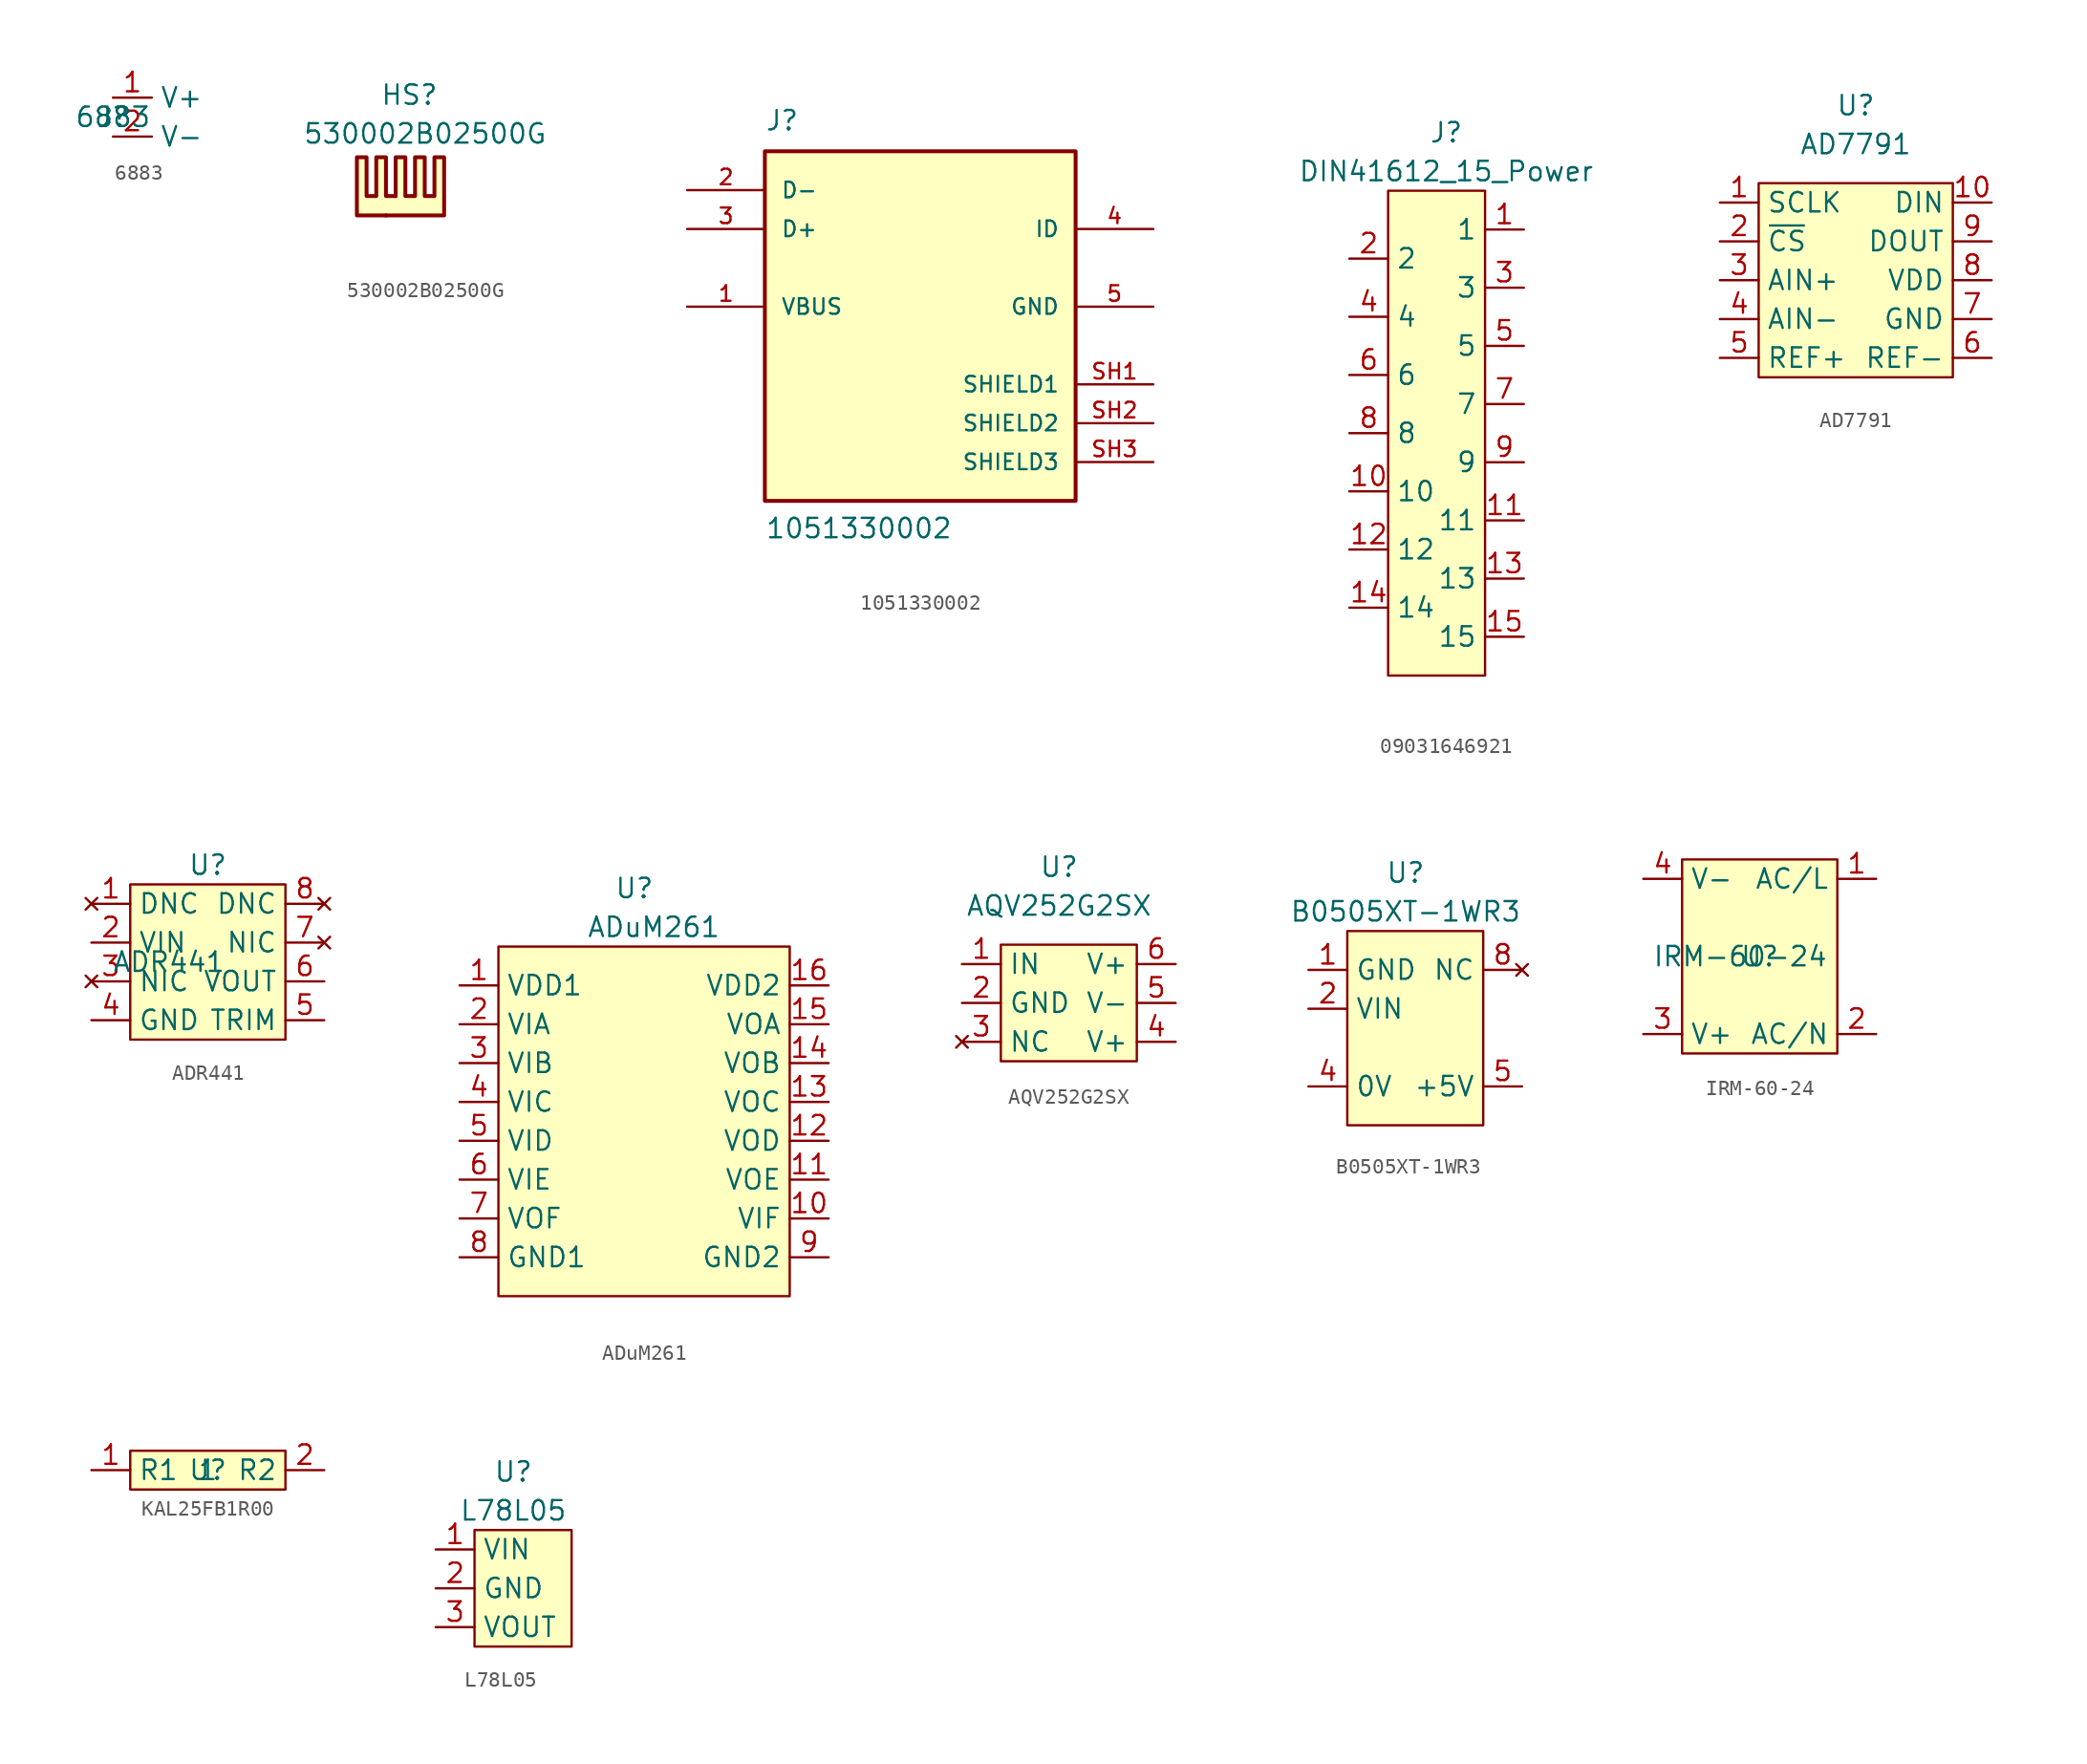
<source format=kicad_sym>
(kicad_symbol_lib
  (version 20220914)
  (generator kicad_symbol_editor)
  (symbol "6883"
    (property "Reference" "J"
      (at 0 0 0)
      (effects (font (size 1.27 1.27))))
    (property "Value" "6883"
      (at 0 0 0)
      (effects (font (size 1.27 1.27))))
    (symbol "6883_1_1"
      (pin power_out line (at 0 1.27 0) (length 2.54) (name "V+" (effects (font (size 1.27 1.27)))) (number "1" (effects (font (size 1.27 1.27)))))
      (pin power_out line (at 0 -1.27 0) (length 2.54) (name "V-" (effects (font (size 1.27 1.27)))) (number "2" (effects (font (size 1.27 1.27)))))))
  (symbol "530002B02500G"
    (property "Reference" "HS"
      (at -1.27 7.62 0)
      (effects (font (size 1.27 1.27)) (justify left top)))
    (property "Value" "530002B02500G"
      (at -6.35 5.08 0)
      (effects (font (size 1.27 1.27)) (justify left top)))
    (symbol "530002B02500G_0_1"
      (polyline (pts (xy -0.254 0.254) (xy -0.889 0.254) (xy -0.889 2.794) (xy -1.524 2.794) (xy -1.524 0.254) (xy -2.159 0.254) (xy -2.159 2.794) (xy -2.794 2.794) (xy -2.794 -1.016) (xy -0.889 -1.016)) (stroke (width 0.254) (type default)) (fill (type background)))
      (polyline (pts (xy -0.254 0.254) (xy -0.254 2.794) (xy 0.381 2.794) (xy 0.381 0.254) (xy 1.016 0.254) (xy 1.016 2.794) (xy 1.651 2.794) (xy 1.651 0.254) (xy 2.286 0.254) (xy 2.286 2.794) (xy 2.921 2.794) (xy 2.921 -1.016) (xy -0.889 -1.016)) (stroke (width 0.254) (type default)) (fill (type background))))
    (symbol "530002B02500G_1_1"
      (pin no_connect line (at -6.35 -3.81 0) (length 5.08) hide (name "1" (effects (font (size 1.27 1.27)))) (number "1" (effects (font (size 1.27 1.27)))))
      (pin no_connect line (at 7.62 -3.81 180) (length 5.08) hide (name "2" (effects (font (size 1.27 1.27)))) (number "2" (effects (font (size 1.27 1.27)))))))
  (symbol "1051330002"
    (pin_names
      (offset 1.016))
    (property "Reference" "J"
      (at -10.16 11.43 0)
      (effects (font (size 1.27 1.27)) (justify left bottom)))
    (property "Value" "1051330002"
      (at -10.16 -15.24 0)
      (effects (font (size 1.27 1.27)) (justify left bottom)))
    (symbol "1051330002_0_0"
      (rectangle (start -10.16 -12.7) (end 10.16 10.16) (stroke (width 0.254) (type default)) (fill (type background)))
      (pin power_in line (at -15.24 0 0) (length 5.08) (name "VBUS" (effects (font (size 1.016 1.016)))) (number "1" (effects (font (size 1.016 1.016)))))
      (pin bidirectional line (at -15.24 7.62 0) (length 5.08) (name "D-" (effects (font (size 1.016 1.016)))) (number "2" (effects (font (size 1.016 1.016)))))
      (pin bidirectional line (at -15.24 5.08 0) (length 5.08) (name "D+" (effects (font (size 1.016 1.016)))) (number "3" (effects (font (size 1.016 1.016)))))
      (pin bidirectional line (at 15.24 5.08 180) (length 5.08) (name "ID" (effects (font (size 1.016 1.016)))) (number "4" (effects (font (size 1.016 1.016)))))
      (pin power_in line (at 15.24 0 180) (length 5.08) (name "GND" (effects (font (size 1.016 1.016)))) (number "5" (effects (font (size 1.016 1.016)))))
      (pin passive line (at 15.24 -5.08 180) (length 5.08) (name "SHIELD1" (effects (font (size 1.016 1.016)))) (number "SH1" (effects (font (size 1.016 1.016)))))
      (pin passive line (at 15.24 -7.62 180) (length 5.08) (name "SHIELD2" (effects (font (size 1.016 1.016)))) (number "SH2" (effects (font (size 1.016 1.016)))))
      (pin passive line (at 15.24 -10.16 180) (length 5.08) (name "SHIELD3" (effects (font (size 1.016 1.016)))) (number "SH3" (effects (font (size 1.016 1.016)))))))
  (symbol "09031646921"
    (property "Reference" "J"
      (at 0 12.7 0)
      (effects (font (size 1.27 1.27))))
    (property "Value" "DIN41612_15_Power"
      (at 0 10.16 0)
      (effects (font (size 1.27 1.27))))
    (symbol "09031646921_1_1"
      (rectangle (start -3.81 8.89) (end 2.54 -22.86) (stroke (width 0) (type default)) (fill (type background)))
      (pin unspecified line (at 5.08 6.35 180) (length 2.54) (name "1" (effects (font (size 1.27 1.27)))) (number "1" (effects (font (size 1.27 1.27)))))
      (pin unspecified line (at -6.35 -10.795 0) (length 2.54) (name "10" (effects (font (size 1.27 1.27)))) (number "10" (effects (font (size 1.27 1.27)))))
      (pin unspecified line (at 5.08 -12.7 180) (length 2.54) (name "11" (effects (font (size 1.27 1.27)))) (number "11" (effects (font (size 1.27 1.27)))))
      (pin unspecified line (at -6.35 -14.605 0) (length 2.54) (name "12" (effects (font (size 1.27 1.27)))) (number "12" (effects (font (size 1.27 1.27)))))
      (pin unspecified line (at 5.08 -16.51 180) (length 2.54) (name "13" (effects (font (size 1.27 1.27)))) (number "13" (effects (font (size 1.27 1.27)))))
      (pin unspecified line (at -6.35 -18.415 0) (length 2.54) (name "14" (effects (font (size 1.27 1.27)))) (number "14" (effects (font (size 1.27 1.27)))))
      (pin unspecified line (at 5.08 -20.32 180) (length 2.54) (name "15" (effects (font (size 1.27 1.27)))) (number "15" (effects (font (size 1.27 1.27)))))
      (pin unspecified line (at -6.35 4.445 0) (length 2.54) (name "2" (effects (font (size 1.27 1.27)))) (number "2" (effects (font (size 1.27 1.27)))))
      (pin unspecified line (at 5.08 2.54 180) (length 2.54) (name "3" (effects (font (size 1.27 1.27)))) (number "3" (effects (font (size 1.27 1.27)))))
      (pin unspecified line (at -6.35 0.635 0) (length 2.54) (name "4" (effects (font (size 1.27 1.27)))) (number "4" (effects (font (size 1.27 1.27)))))
      (pin unspecified line (at 5.08 -1.27 180) (length 2.54) (name "5" (effects (font (size 1.27 1.27)))) (number "5" (effects (font (size 1.27 1.27)))))
      (pin unspecified line (at -6.35 -3.175 0) (length 2.54) (name "6" (effects (font (size 1.27 1.27)))) (number "6" (effects (font (size 1.27 1.27)))))
      (pin unspecified line (at 5.08 -5.08 180) (length 2.54) (name "7" (effects (font (size 1.27 1.27)))) (number "7" (effects (font (size 1.27 1.27)))))
      (pin unspecified line (at -6.35 -6.985 0) (length 2.54) (name "8" (effects (font (size 1.27 1.27)))) (number "8" (effects (font (size 1.27 1.27)))))
      (pin unspecified line (at 5.08 -8.89 180) (length 2.54) (name "9" (effects (font (size 1.27 1.27)))) (number "9" (effects (font (size 1.27 1.27)))))))
  (symbol "AD7791"
    (property "Reference" "U"
      (at 0 11.43 0)
      (effects (font (size 1.27 1.27))))
    (property "Value" "AD7791"
      (at 0 8.89 0)
      (effects (font (size 1.27 1.27))))
    (symbol "AD7791_1_1"
      (rectangle (start -6.35 6.35) (end 6.35 -6.35) (stroke (width 0) (type default)) (fill (type background)))
      (pin input line (at -8.89 5.08 0) (length 2.54) (name "SCLK" (effects (font (size 1.27 1.27)))) (number "1" (effects (font (size 1.27 1.27)))))
      (pin input line (at 8.89 5.08 180) (length 2.54) (name "DIN" (effects (font (size 1.27 1.27)))) (number "10" (effects (font (size 1.27 1.27)))))
      (pin input line (at -8.89 2.54 0) (length 2.54) (name "~{CS}" (effects (font (size 1.27 1.27)))) (number "2" (effects (font (size 1.27 1.27)))))
      (pin input line (at -8.89 0 0) (length 2.54) (name "AIN+" (effects (font (size 1.27 1.27)))) (number "3" (effects (font (size 1.27 1.27)))))
      (pin input line (at -8.89 -2.54 0) (length 2.54) (name "AIN-" (effects (font (size 1.27 1.27)))) (number "4" (effects (font (size 1.27 1.27)))))
      (pin input line (at -8.89 -5.08 0) (length 2.54) (name "REF+" (effects (font (size 1.27 1.27)))) (number "5" (effects (font (size 1.27 1.27)))))
      (pin power_in line (at 8.89 -5.08 180) (length 2.54) (name "REF-" (effects (font (size 1.27 1.27)))) (number "6" (effects (font (size 1.27 1.27)))))
      (pin power_in line (at 8.89 -2.54 180) (length 2.54) (name "GND" (effects (font (size 1.27 1.27)))) (number "7" (effects (font (size 1.27 1.27)))))
      (pin power_in line (at 8.89 0 180) (length 2.54) (name "VDD" (effects (font (size 1.27 1.27)))) (number "8" (effects (font (size 1.27 1.27)))))
      (pin output line (at 8.89 2.54 180) (length 2.54) (name "DOUT" (effects (font (size 1.27 1.27)))) (number "9" (effects (font (size 1.27 1.27)))))))
  (symbol "ADR441"
    (property "Reference" "U"
      (at 0 6.35 0)
      (effects (font (size 1.27 1.27))))
    (property "Value" "ADR441"
      (at -2.54 0 0)
      (effects (font (size 1.27 1.27))))
    (symbol "ADR441_1_1"
      (rectangle (start -5.08 5.08) (end 5.08 -5.08) (stroke (width 0) (type default)) (fill (type background)))
      (pin no_connect line (at -7.62 3.81 0) (length 2.54) (name "DNC" (effects (font (size 1.27 1.27)))) (number "1" (effects (font (size 1.27 1.27)))))
      (pin power_in line (at -7.62 1.27 0) (length 2.54) (name "VIN" (effects (font (size 1.27 1.27)))) (number "2" (effects (font (size 1.27 1.27)))))
      (pin no_connect line (at -7.62 -1.27 0) (length 2.54) (name "NIC" (effects (font (size 1.27 1.27)))) (number "3" (effects (font (size 1.27 1.27)))))
      (pin power_in line (at -7.62 -3.81 0) (length 2.54) (name "GND" (effects (font (size 1.27 1.27)))) (number "4" (effects (font (size 1.27 1.27)))))
      (pin input line (at 7.62 -3.81 180) (length 2.54) (name "TRIM" (effects (font (size 1.27 1.27)))) (number "5" (effects (font (size 1.27 1.27)))))
      (pin output line (at 7.62 -1.27 180) (length 2.54) (name "VOUT" (effects (font (size 1.27 1.27)))) (number "6" (effects (font (size 1.27 1.27)))))
      (pin no_connect line (at 7.62 1.27 180) (length 2.54) (name "NIC" (effects (font (size 1.27 1.27)))) (number "7" (effects (font (size 1.27 1.27)))))
      (pin no_connect line (at 7.62 3.81 180) (length 2.54) (name "DNC" (effects (font (size 1.27 1.27)))) (number "8" (effects (font (size 1.27 1.27)))))))
  (symbol "ADuM261"
    (property "Reference" "U"
      (at 0 15.24 0)
      (effects (font (size 1.27 1.27))))
    (property "Value" "ADuM261"
      (at 1.27 12.7 0)
      (effects (font (size 1.27 1.27))))
    (symbol "ADuM261_1_1"
      (rectangle (start -8.89 11.43) (end 10.16 -11.43) (stroke (width 0) (type default)) (fill (type background)))
      (pin power_in line (at -11.43 8.89 0) (length 2.54) (name "VDD1" (effects (font (size 1.27 1.27)))) (number "1" (effects (font (size 1.27 1.27)))))
      (pin input line (at 12.7 -6.35 180) (length 2.54) (name "VIF" (effects (font (size 1.27 1.27)))) (number "10" (effects (font (size 1.27 1.27)))))
      (pin output line (at 12.7 -3.81 180) (length 2.54) (name "VOE" (effects (font (size 1.27 1.27)))) (number "11" (effects (font (size 1.27 1.27)))))
      (pin output line (at 12.7 -1.27 180) (length 2.54) (name "VOD" (effects (font (size 1.27 1.27)))) (number "12" (effects (font (size 1.27 1.27)))))
      (pin output line (at 12.7 1.27 180) (length 2.54) (name "VOC" (effects (font (size 1.27 1.27)))) (number "13" (effects (font (size 1.27 1.27)))))
      (pin output line (at 12.7 3.81 180) (length 2.54) (name "VOB" (effects (font (size 1.27 1.27)))) (number "14" (effects (font (size 1.27 1.27)))))
      (pin output line (at 12.7 6.35 180) (length 2.54) (name "VOA" (effects (font (size 1.27 1.27)))) (number "15" (effects (font (size 1.27 1.27)))))
      (pin power_in line (at 12.7 8.89 180) (length 2.54) (name "VDD2" (effects (font (size 1.27 1.27)))) (number "16" (effects (font (size 1.27 1.27)))))
      (pin input line (at -11.43 6.35 0) (length 2.54) (name "VIA" (effects (font (size 1.27 1.27)))) (number "2" (effects (font (size 1.27 1.27)))))
      (pin input line (at -11.43 3.81 0) (length 2.54) (name "VIB" (effects (font (size 1.27 1.27)))) (number "3" (effects (font (size 1.27 1.27)))))
      (pin input line (at -11.43 1.27 0) (length 2.54) (name "VIC" (effects (font (size 1.27 1.27)))) (number "4" (effects (font (size 1.27 1.27)))))
      (pin input line (at -11.43 -1.27 0) (length 2.54) (name "VID" (effects (font (size 1.27 1.27)))) (number "5" (effects (font (size 1.27 1.27)))))
      (pin input line (at -11.43 -3.81 0) (length 2.54) (name "VIE" (effects (font (size 1.27 1.27)))) (number "6" (effects (font (size 1.27 1.27)))))
      (pin output line (at -11.43 -6.35 0) (length 2.54) (name "VOF" (effects (font (size 1.27 1.27)))) (number "7" (effects (font (size 1.27 1.27)))))
      (pin power_in line (at -11.43 -8.89 0) (length 2.54) (name "GND1" (effects (font (size 1.27 1.27)))) (number "8" (effects (font (size 1.27 1.27)))))
      (pin power_in line (at 12.7 -8.89 180) (length 2.54) (name "GND2" (effects (font (size 1.27 1.27)))) (number "9" (effects (font (size 1.27 1.27)))))))
  (symbol "AQV252G2SX"
    (property "Reference" "U"
      (at 0 8.89 0)
      (effects (font (size 1.27 1.27))))
    (property "Value" "AQV252G2SX"
      (at 0 6.35 0)
      (effects (font (size 1.27 1.27))))
    (symbol "AQV252G2SX_1_1"
      (rectangle (start -3.81 3.81) (end 5.08 -3.81) (stroke (width 0) (type default)) (fill (type background)))
      (pin input line (at -6.35 2.54 0) (length 2.54) (name "IN" (effects (font (size 1.27 1.27)))) (number "1" (effects (font (size 1.27 1.27)))))
      (pin input line (at -6.35 0 0) (length 2.54) (name "GND" (effects (font (size 1.27 1.27)))) (number "2" (effects (font (size 1.27 1.27)))))
      (pin no_connect line (at -6.35 -2.54 0) (length 2.54) (name "NC" (effects (font (size 1.27 1.27)))) (number "3" (effects (font (size 1.27 1.27)))))
      (pin power_in line (at 7.62 -2.54 180) (length 2.54) (name "V+" (effects (font (size 1.27 1.27)))) (number "4" (effects (font (size 1.27 1.27)))))
      (pin power_out line (at 7.62 0 180) (length 2.54) (name "V-" (effects (font (size 1.27 1.27)))) (number "5" (effects (font (size 1.27 1.27)))))
      (pin power_in line (at 7.62 2.54 180) (length 2.54) (name "V+" (effects (font (size 1.27 1.27)))) (number "6" (effects (font (size 1.27 1.27)))))))
  (symbol "B0505XT-1WR3"
    (property "Reference" "U"
      (at 0 8.89 0)
      (effects (font (size 1.27 1.27))))
    (property "Value" "B0505XT-1WR3"
      (at 0 6.35 0)
      (effects (font (size 1.27 1.27))))
    (symbol "B0505XT-1WR3_1_1"
      (rectangle (start -3.81 5.08) (end 5.08 -7.62) (stroke (width 0) (type default)) (fill (type background)))
      (pin power_in line (at -6.35 2.54 0) (length 2.54) (name "GND" (effects (font (size 1.27 1.27)))) (number "1" (effects (font (size 1.27 1.27)))))
      (pin power_in line (at -6.35 0 0) (length 2.54) (name "VIN" (effects (font (size 1.27 1.27)))) (number "2" (effects (font (size 1.27 1.27)))))
      (pin power_out line (at -6.35 -5.08 0) (length 2.54) (name "0V" (effects (font (size 1.27 1.27)))) (number "4" (effects (font (size 1.27 1.27)))))
      (pin power_out line (at 7.62 -5.08 180) (length 2.54) (name "+5V" (effects (font (size 1.27 1.27)))) (number "5" (effects (font (size 1.27 1.27)))))
      (pin no_connect line (at 7.62 2.54 180) (length 2.54) (name "NC" (effects (font (size 1.27 1.27)))) (number "8" (effects (font (size 1.27 1.27)))))))
  (symbol "IRM-60-24"
    (property "Reference" "U"
      (at 0 0 0)
      (effects (font (size 1.27 1.27))))
    (property "Value" "IRM-60-24"
      (at -1.27 0 0)
      (effects (font (size 1.27 1.27))))
    (symbol "IRM-60-24_1_1"
      (rectangle (start -5.08 6.35) (end 5.08 -6.35) (stroke (width 0) (type default)) (fill (type background)))
      (pin power_in line (at 7.62 5.08 180) (length 2.54) (name "AC/L" (effects (font (size 1.27 1.27)))) (number "1" (effects (font (size 1.27 1.27)))))
      (pin power_in line (at 7.62 -5.08 180) (length 2.54) (name "AC/N" (effects (font (size 1.27 1.27)))) (number "2" (effects (font (size 1.27 1.27)))))
      (pin power_out line (at -7.62 -5.08 0) (length 2.54) (name "V+" (effects (font (size 1.27 1.27)))) (number "3" (effects (font (size 1.27 1.27)))))
      (pin power_out line (at -7.62 5.08 0) (length 2.54) (name "V-" (effects (font (size 1.27 1.27)))) (number "4" (effects (font (size 1.27 1.27)))))))
  (symbol "KAL25FB1R00"
    (property "Reference" "U"
      (at 0 0 0)
      (effects (font (size 1.27 1.27))))
    (property "Value" "1"
      (at 0 0 0)
      (effects (font (size 1.27 1.27))))
    (symbol "KAL25FB1R00_1_1"
      (rectangle (start -5.08 1.27) (end 5.08 -1.27) (stroke (width 0) (type default)) (fill (type background)))
      (pin input line (at -7.62 0 0) (length 2.54) (name "R1" (effects (font (size 1.27 1.27)))) (number "1" (effects (font (size 1.27 1.27)))))
      (pin input line (at 7.62 0 180) (length 2.54) (name "R2" (effects (font (size 1.27 1.27)))) (number "2" (effects (font (size 1.27 1.27)))))))
  (symbol "L78L05"
    (property "Reference" "U"
      (at 0 7.62 0)
      (effects (font (size 1.27 1.27))))
    (property "Value" "L78L05"
      (at 0 5.08 0)
      (effects (font (size 1.27 1.27))))
    (symbol "L78L05_1_1"
      (rectangle (start -2.54 3.81) (end 3.81 -3.81) (stroke (width 0) (type default)) (fill (type background)))
      (pin power_in line (at -5.08 2.54 0) (length 2.54) (name "VIN" (effects (font (size 1.27 1.27)))) (number "1" (effects (font (size 1.27 1.27)))))
      (pin power_in line (at -5.08 0 0) (length 2.54) (name "GND" (effects (font (size 1.27 1.27)))) (number "2" (effects (font (size 1.27 1.27)))))
      (pin power_out line (at -5.08 -2.54 0) (length 2.54) (name "VOUT" (effects (font (size 1.27 1.27)))) (number "3" (effects (font (size 1.27 1.27))))))))
</source>
